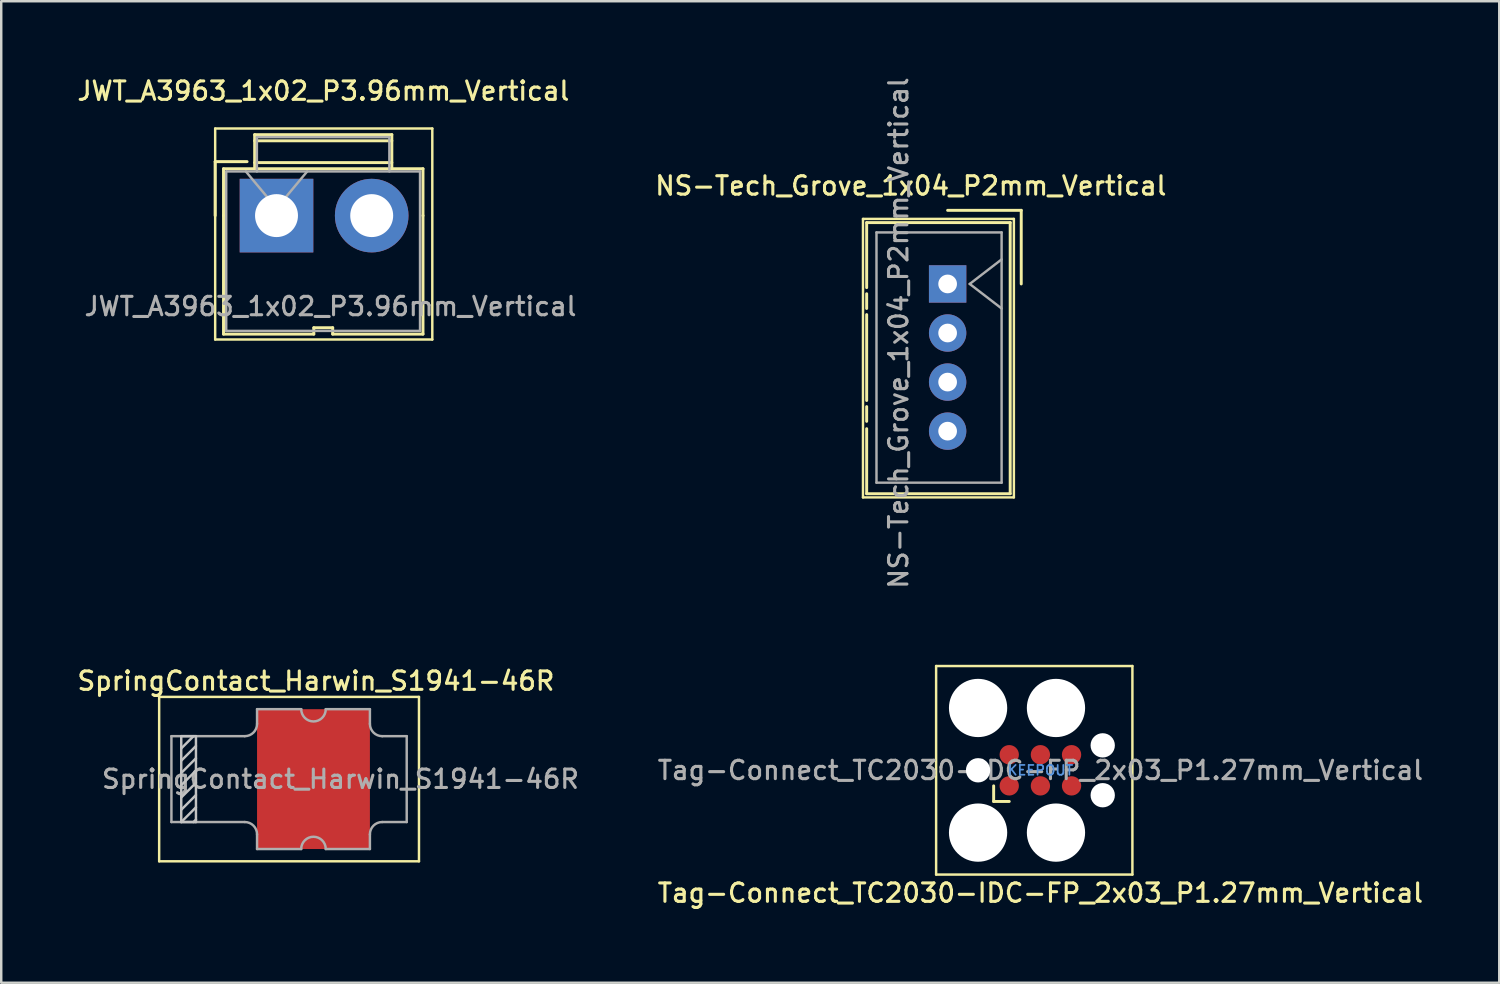
<source format=kicad_pcb>
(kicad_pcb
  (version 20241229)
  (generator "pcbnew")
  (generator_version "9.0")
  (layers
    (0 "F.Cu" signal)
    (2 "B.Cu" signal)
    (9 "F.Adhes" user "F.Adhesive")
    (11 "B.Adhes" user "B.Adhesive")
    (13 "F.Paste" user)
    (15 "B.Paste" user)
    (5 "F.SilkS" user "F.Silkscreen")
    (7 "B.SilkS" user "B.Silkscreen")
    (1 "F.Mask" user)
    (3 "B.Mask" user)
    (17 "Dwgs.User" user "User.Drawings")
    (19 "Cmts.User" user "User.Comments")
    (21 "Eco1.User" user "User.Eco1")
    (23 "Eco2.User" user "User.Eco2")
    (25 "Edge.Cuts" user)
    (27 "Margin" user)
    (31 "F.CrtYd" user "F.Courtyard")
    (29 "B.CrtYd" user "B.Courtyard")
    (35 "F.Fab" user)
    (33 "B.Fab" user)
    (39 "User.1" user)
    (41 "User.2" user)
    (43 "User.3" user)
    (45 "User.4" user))
  (footprint "NS-Tech_Grove_1x04_P2mm_Vertical"
    (layer "F.Cu")
    (at 35.574 8.523)
    (property "Reference" "NS-Tech_Grove_1x04_P2mm_Vertical" (at -1.5 -4 0) (layer "F.SilkS") (effects (font (size 0.75 0.75) (thickness 0.125))))
    (attr through_hole)
    (fp_line (start -3.45 -2.65) (end -3.45 8.7) (stroke (width 0.1) (type solid)) (layer "F.SilkS"))
    (fp_line (start -3.45 -2.65) (end 2.7 -2.65) (stroke (width 0.1) (type solid)) (layer "F.SilkS"))
    (fp_line (start -3.45 8.7) (end 2.7 8.7) (stroke (width 0.1) (type solid)) (layer "F.SilkS"))
    (fp_line (start -3.3 -2.5) (end -3.3 0.15) (stroke (width 0.12) (type solid)) (layer "F.SilkS"))
    (fp_line (start -3.3 -2.5) (end 2.55 -2.5) (stroke (width 0.12) (type solid)) (layer "F.SilkS"))
    (fp_line (start -3.3 0.4) (end -3.3 1) (stroke (width 0.12) (type solid)) (layer "F.SilkS"))
    (fp_line (start -3.3 1.25) (end -3.3 4.75) (stroke (width 0.12) (type solid)) (layer "F.SilkS"))
    (fp_line (start -3.3 5) (end -3.3 5.6) (stroke (width 0.12) (type solid)) (layer "F.SilkS"))
    (fp_line (start -3.3 5.9) (end -3.3 8.55) (stroke (width 0.12) (type solid)) (layer "F.SilkS"))
    (fp_line (start -3.3 8.55) (end 2.55 8.55) (stroke (width 0.12) (type solid)) (layer "F.SilkS"))
    (fp_line (start 0 -3) (end 3 -3) (stroke (width 0.12) (type solid)) (layer "F.SilkS"))
    (fp_line (start 2.55 -2.5) (end 2.55 8.55) (stroke (width 0.12) (type solid)) (layer "F.SilkS"))
    (fp_line (start 2.7 8.7) (end 2.7 -2.65) (stroke (width 0.1) (type solid)) (layer "F.SilkS"))
    (fp_line (start 3 -3) (end 3 0) (stroke (width 0.12) (type solid)) (layer "F.SilkS"))
    (fp_line (start -2.9 -2.1) (end 2.2 -2.1) (stroke (width 0.1) (type solid)) (layer "F.Fab"))
    (fp_line (start -2.9 8.1) (end -2.9 -2.1) (stroke (width 0.1) (type solid)) (layer "F.Fab"))
    (fp_line (start 0.9 0) (end 2.2 1) (stroke (width 0.1) (type solid)) (layer "F.Fab"))
    (fp_line (start 2.2 -2.1) (end 2.2 8.1) (stroke (width 0.1) (type solid)) (layer "F.Fab"))
    (fp_line (start 2.2 -1) (end 0.9 0) (stroke (width 0.1) (type solid)) (layer "F.Fab"))
    (fp_line (start 2.2 8.1) (end -2.9 8.1) (stroke (width 0.1) (type solid)) (layer "F.Fab"))
    (fp_text user "${REFERENCE}" (at -2 2 90) (layer "F.Fab") (effects (font (size 0.75 0.75) (thickness 0.125))))
    (pad "1" thru_hole rect (at 0 0) (size 1.524 1.524) (drill 0.762) (layers "*.Cu" "*.Mask"))
    (pad "2" thru_hole circle (at 0 2) (size 1.524 1.524) (drill 0.762) (layers "*.Cu" "*.Mask"))
    (pad "3" thru_hole circle (at 0 4) (size 1.524 1.524) (drill 0.762) (layers "*.Cu" "*.Mask"))
    (pad "4" thru_hole circle (at 0 6) (size 1.524 1.524) (drill 0.762) (layers "*.Cu" "*.Mask")))
  (footprint "JWT_A3963_1x02_P3.96mm_Vertical"
    (layer "F.Cu")
    (at 8.22 5.738)
    (property "Reference" "JWT_A3963_1x02_P3.96mm_Vertical" (at 1.91 -5.08 0) (layer "F.SilkS") (effects (font (size 0.75 0.75) (thickness 0.125))))
    (attr through_hole)
    (fp_line (start -2.5 -3.55) (end 6.35 -3.55) (stroke (width 0.1) (type solid)) (layer "F.SilkS"))
    (fp_line (start -2.5 -2.2) (end -2.5 0) (stroke (width 0.12) (type solid)) (layer "F.SilkS"))
    (fp_line (start -2.5 5.05) (end -2.5 -3.55) (stroke (width 0.1) (type solid)) (layer "F.SilkS"))
    (fp_line (start -2.16 -1.91) (end -2.16 0) (stroke (width 0.12) (type solid)) (layer "F.SilkS"))
    (fp_line (start -2.16 -1.91) (end 5.97 -1.91) (stroke (width 0.12) (type solid)) (layer "F.SilkS"))
    (fp_line (start -2.16 0) (end -2.16 4.83) (stroke (width 0.12) (type solid)) (layer "F.SilkS"))
    (fp_line (start -1.2 -2.2) (end -2.5 -2.2) (stroke (width 0.12) (type solid)) (layer "F.SilkS"))
    (fp_line (start -0.89 -3.3) (end 4.7 -3.3) (stroke (width 0.12) (type solid)) (layer "F.SilkS"))
    (fp_line (start -0.89 -3.05) (end 4.7 -3.05) (stroke (width 0.12) (type solid)) (layer "F.SilkS"))
    (fp_line (start -0.89 -2.16) (end 4.7 -2.16) (stroke (width 0.12) (type solid)) (layer "F.SilkS"))
    (fp_line (start -0.89 -1.91) (end -0.89 -3.3) (stroke (width 0.12) (type solid)) (layer "F.SilkS"))
    (fp_line (start 1.52 4.57) (end 2.29 4.57) (stroke (width 0.12) (type solid)) (layer "F.SilkS"))
    (fp_line (start 1.52 4.83) (end -2.16 4.83) (stroke (width 0.12) (type solid)) (layer "F.SilkS"))
    (fp_line (start 1.52 4.83) (end 1.52 4.57) (stroke (width 0.12) (type solid)) (layer "F.SilkS"))
    (fp_line (start 2.29 4.57) (end 2.29 4.83) (stroke (width 0.12) (type solid)) (layer "F.SilkS"))
    (fp_line (start 2.29 4.83) (end 5.97 4.83) (stroke (width 0.12) (type solid)) (layer "F.SilkS"))
    (fp_line (start 4.7 -1.91) (end 4.7 -3.3) (stroke (width 0.12) (type solid)) (layer "F.SilkS"))
    (fp_line (start 5.97 -1.91) (end 5.97 0) (stroke (width 0.12) (type solid)) (layer "F.SilkS"))
    (fp_line (start 5.97 4.83) (end 5.97 0) (stroke (width 0.12) (type solid)) (layer "F.SilkS"))
    (fp_line (start 6.35 -3.55) (end 6.35 5.05) (stroke (width 0.1) (type solid)) (layer "F.SilkS"))
    (fp_line (start 6.35 5.05) (end -2.5 5.05) (stroke (width 0.1) (type solid)) (layer "F.SilkS"))
    (fp_line (start -2.05 -1.8) (end 5.85 -1.8) (stroke (width 0.1) (type solid)) (layer "F.Fab"))
    (fp_line (start -2.05 4.7) (end -2.05 -1.8) (stroke (width 0.1) (type solid)) (layer "F.Fab"))
    (fp_line (start -1.25 -1.8) (end 0 -0.3) (stroke (width 0.1) (type solid)) (layer "F.Fab"))
    (fp_line (start -0.8 -3.2) (end 4.6 -3.2) (stroke (width 0.1) (type solid)) (layer "F.Fab"))
    (fp_line (start -0.8 -1.8) (end -0.8 -3.2) (stroke (width 0.1) (type solid)) (layer "F.Fab"))
    (fp_line (start 0 -0.3) (end 1.25 -1.8) (stroke (width 0.1) (type solid)) (layer "F.Fab"))
    (fp_line (start 4.6 -3.2) (end 4.6 -1.8) (stroke (width 0.1) (type solid)) (layer "F.Fab"))
    (fp_line (start 5.85 -1.8) (end 5.85 4.7) (stroke (width 0.1) (type solid)) (layer "F.Fab"))
    (fp_line (start 5.85 4.7) (end -2.05 4.7) (stroke (width 0.1) (type solid)) (layer "F.Fab"))
    (fp_text user "${REFERENCE}" (at 2.2 3.7 0) (layer "F.Fab") (effects (font (size 0.75 0.75) (thickness 0.125))))
    (pad "1" thru_hole rect (at 0 0) (size 3 3) (drill 1.75) (layers "*.Cu" "*.Mask"))
    (pad "2" thru_hole circle (at 3.88 0) (size 3 3) (drill 1.75) (layers "*.Cu" "*.Mask")))
  (footprint "Tag-Connect_TC2030-IDC-FP_2x03_P1.27mm_Vertical"
    (layer "F.Cu")
    (at 39.355 28.346)
    (property "Reference" "Tag-Connect_TC2030-IDC-FP_2x03_P1.27mm_Vertical" (at 0 5 0) (layer "F.SilkS") (effects (font (size 0.75 0.75) (thickness 0.125))))
    (attr exclude_from_pos_files exclude_from_bom)
    (fp_line (start -4.25 -4.25) (end 3.75 -4.25) (stroke (width 0.1) (type solid)) (layer "F.SilkS"))
    (fp_line (start -4.25 4.25) (end -4.25 -4.25) (stroke (width 0.1) (type solid)) (layer "F.SilkS"))
    (fp_line (start -1.905 1.27) (end -1.905 0.635) (stroke (width 0.12) (type solid)) (layer "F.SilkS"))
    (fp_line (start -1.27 1.27) (end -1.905 1.27) (stroke (width 0.12) (type solid)) (layer "F.SilkS"))
    (fp_line (start 3.75 -4.25) (end 3.75 4.25) (stroke (width 0.1) (type solid)) (layer "F.SilkS"))
    (fp_line (start 3.75 4.25) (end -4.25 4.25) (stroke (width 0.1) (type solid)) (layer "F.SilkS"))
    (fp_text user "KEEPOUT" (at 0 0 0) (layer "Cmts.User") (effects (font (size 0.4 0.4) (thickness 0.07))))
    (fp_text user "${REFERENCE}" (at 0 0 0) (layer "F.Fab") (effects (font (size 0.75 0.75) (thickness 0.125))))
    (pad "" np_thru_hole circle (at -2.54 -2.54) (size 2.375 2.375) (drill 2.375) (layers "*.Cu" "*.Mask"))
    (pad "" np_thru_hole circle (at -2.54 0) (size 0.991 0.991) (drill 0.991) (layers "*.Cu" "*.Mask"))
    (pad "" np_thru_hole circle (at -2.54 2.54) (size 2.375 2.375) (drill 2.375) (layers "*.Cu" "*.Mask"))
    (pad "" np_thru_hole circle (at 0.635 -2.54) (size 2.375 2.375) (drill 2.375) (layers "*.Cu" "*.Mask"))
    (pad "" np_thru_hole circle (at 0.635 2.54) (size 2.375 2.375) (drill 2.375) (layers "*.Cu" "*.Mask"))
    (pad "" np_thru_hole circle (at 2.54 -1.016) (size 0.991 0.991) (drill 0.991) (layers "*.Cu" "*.Mask"))
    (pad "" np_thru_hole circle (at 2.54 1.016) (size 0.991 0.991) (drill 0.991) (layers "*.Cu" "*.Mask"))
    (pad "1" connect circle (at -1.27 0.635) (size 0.787 0.787) (layers "F.Cu" "F.Mask"))
    (pad "2" connect circle (at -1.27 -0.635) (size 0.787 0.787) (layers "F.Cu" "F.Mask"))
    (pad "3" connect circle (at 0 0.635) (size 0.787 0.787) (layers "F.Cu" "F.Mask"))
    (pad "4" connect circle (at 0 -0.635) (size 0.787 0.787) (layers "F.Cu" "F.Mask"))
    (pad "5" connect circle (at 1.27 0.635) (size 0.787 0.787) (layers "F.Cu" "F.Mask"))
    (pad "6" connect circle (at 1.27 -0.635) (size 0.787 0.787) (layers "F.Cu" "F.Mask"))
    (zone (net_name "") (layer "F.Cu") (hatch full 0.508) (connect_pads) (min_thickness 0.254) (filled_areas_thickness no) (keepout (tracks allowed) (vias not_allowed) (pads allowed) (copperpour not_allowed) (footprints not_allowed)) (placement (enabled no)) (fill) (polygon (pts (xy 40.625 27.711) (xy 38.085 27.711) (xy 38.085 28.981) (xy 40.625 28.981)))))
  (footprint "SpringContact_Harwin_S1941-46R"
    (layer "F.Cu")
    (at 10.827 28.705)
    (property "Reference" "SpringContact_Harwin_S1941-46R" (at -1 -4 0) (layer "F.SilkS") (effects (font (size 0.75 0.75) (thickness 0.125))))
    (attr smd)
    (fp_line (start -7.39 -3.35) (end 3.2 -3.35) (stroke (width 0.1) (type solid)) (layer "F.SilkS"))
    (fp_line (start -7.39 3.35) (end -7.39 -3.35) (stroke (width 0.1) (type solid)) (layer "F.SilkS"))
    (fp_line (start 3.2 -3.35) (end 3.2 3.35) (stroke (width 0.1) (type solid)) (layer "F.SilkS"))
    (fp_line (start 3.2 3.35) (end -7.39 3.35) (stroke (width 0.1) (type solid)) (layer "F.SilkS"))
    (fp_line (start -6.49 -1.75) (end -6.49 1.75) (stroke (width 0.1) (type solid)) (layer "Dwgs.User"))
    (fp_line (start -6.49 -0.75) (end -5.89 -1.35) (stroke (width 0.1) (type solid)) (layer "Dwgs.User"))
    (fp_line (start -6.49 0.25) (end -5.89 -0.35) (stroke (width 0.1) (type solid)) (layer "Dwgs.User"))
    (fp_line (start -6.49 1.25) (end -5.89 0.65) (stroke (width 0.1) (type solid)) (layer "Dwgs.User"))
    (fp_line (start -6.49 1.75) (end -5.89 1.75) (stroke (width 0.1) (type solid)) (layer "Dwgs.User"))
    (fp_line (start -5.99 -1.75) (end -6.49 -1.25) (stroke (width 0.1) (type solid)) (layer "Dwgs.User"))
    (fp_line (start -5.89 -1.75) (end -6.49 -1.75) (stroke (width 0.1) (type solid)) (layer "Dwgs.User"))
    (fp_line (start -5.89 -0.85) (end -6.49 -0.25) (stroke (width 0.1) (type solid)) (layer "Dwgs.User"))
    (fp_line (start -5.89 0.15) (end -6.49 0.75) (stroke (width 0.1) (type solid)) (layer "Dwgs.User"))
    (fp_line (start -5.89 1.15) (end -6.49 1.75) (stroke (width 0.1) (type solid)) (layer "Dwgs.User"))
    (fp_line (start -5.89 1.65) (end -5.99 1.75) (stroke (width 0.1) (type solid)) (layer "Dwgs.User"))
    (fp_line (start -5.89 1.75) (end -5.89 -1.75) (stroke (width 0.1) (type solid)) (layer "Dwgs.User"))
    (fp_line (start -6.89 -1.75) (end -3.9 -1.75) (stroke (width 0.1) (type solid)) (layer "F.Fab"))
    (fp_line (start -6.89 1.75) (end -6.89 -1.75) (stroke (width 0.1) (type solid)) (layer "F.Fab"))
    (fp_line (start -6.89 1.75) (end -3.9 1.75) (stroke (width 0.1) (type solid)) (layer "F.Fab"))
    (fp_line (start -3.4 -2.25) (end -3.4 -2.85) (stroke (width 0.1) (type solid)) (layer "F.Fab"))
    (fp_line (start -3.4 2.25) (end -3.4 2.85) (stroke (width 0.1) (type solid)) (layer "F.Fab"))
    (fp_line (start -1.6 -2.85) (end -3.4 -2.85) (stroke (width 0.1) (type solid)) (layer "F.Fab"))
    (fp_line (start -1.6 2.85) (end -3.4 2.85) (stroke (width 0.1) (type solid)) (layer "F.Fab"))
    (fp_line (start -0.6 -2.85) (end 1.2 -2.85) (stroke (width 0.1) (type solid)) (layer "F.Fab"))
    (fp_line (start -0.6 2.85) (end 1.2 2.85) (stroke (width 0.1) (type solid)) (layer "F.Fab"))
    (fp_line (start 1.2 -2.25) (end 1.2 -2.85) (stroke (width 0.1) (type solid)) (layer "F.Fab"))
    (fp_line (start 1.2 2.25) (end 1.2 2.85) (stroke (width 0.1) (type solid)) (layer "F.Fab"))
    (fp_line (start 1.7 -1.75) (end 2.7 -1.75) (stroke (width 0.1) (type solid)) (layer "F.Fab"))
    (fp_line (start 1.7 1.75) (end 2.7 1.75) (stroke (width 0.1) (type solid)) (layer "F.Fab"))
    (fp_line (start 2.7 -1.75) (end 2.7 1.75) (stroke (width 0.1) (type solid)) (layer "F.Fab"))
    (fp_arc (start -3.9 1.75) (mid -3.546447 1.896447) (end -3.4 2.25) (stroke (width 0.1) (type solid)) (layer "F.Fab"))
    (fp_arc (start -3.4 -2.25) (mid -3.546447 -1.896447) (end -3.9 -1.75) (stroke (width 0.1) (type solid)) (layer "F.Fab"))
    (fp_arc (start -1.6 2.85) (mid -1.1 2.35) (end -0.6 2.85) (stroke (width 0.1) (type solid)) (layer "F.Fab"))
    (fp_arc (start -0.6 -2.85) (mid -1.1 -2.35) (end -1.6 -2.85) (stroke (width 0.1) (type solid)) (layer "F.Fab"))
    (fp_arc (start 1.2 2.25) (mid 1.346447 1.896447) (end 1.7 1.75) (stroke (width 0.1) (type solid)) (layer "F.Fab"))
    (fp_arc (start 1.7 -1.75) (mid 1.346447 -1.896447) (end 1.2 -2.25) (stroke (width 0.1) (type solid)) (layer "F.Fab"))
    (fp_text user "${REFERENCE}" (at 0 0 0) (layer "F.Fab") (effects (font (size 0.75 0.75) (thickness 0.125))))
    (pad "1" smd rect (at -1.1 0) (size 4.6 5.7) (layers "F.Cu" "F.Mask" "F.Paste")))
  (gr_rect
    (start -3 -3)
    (end 58.057 37.005)
    (stroke (width 0.1) (type default))
    (fill no)
    (layer "Edge.Cuts")))
</source>
